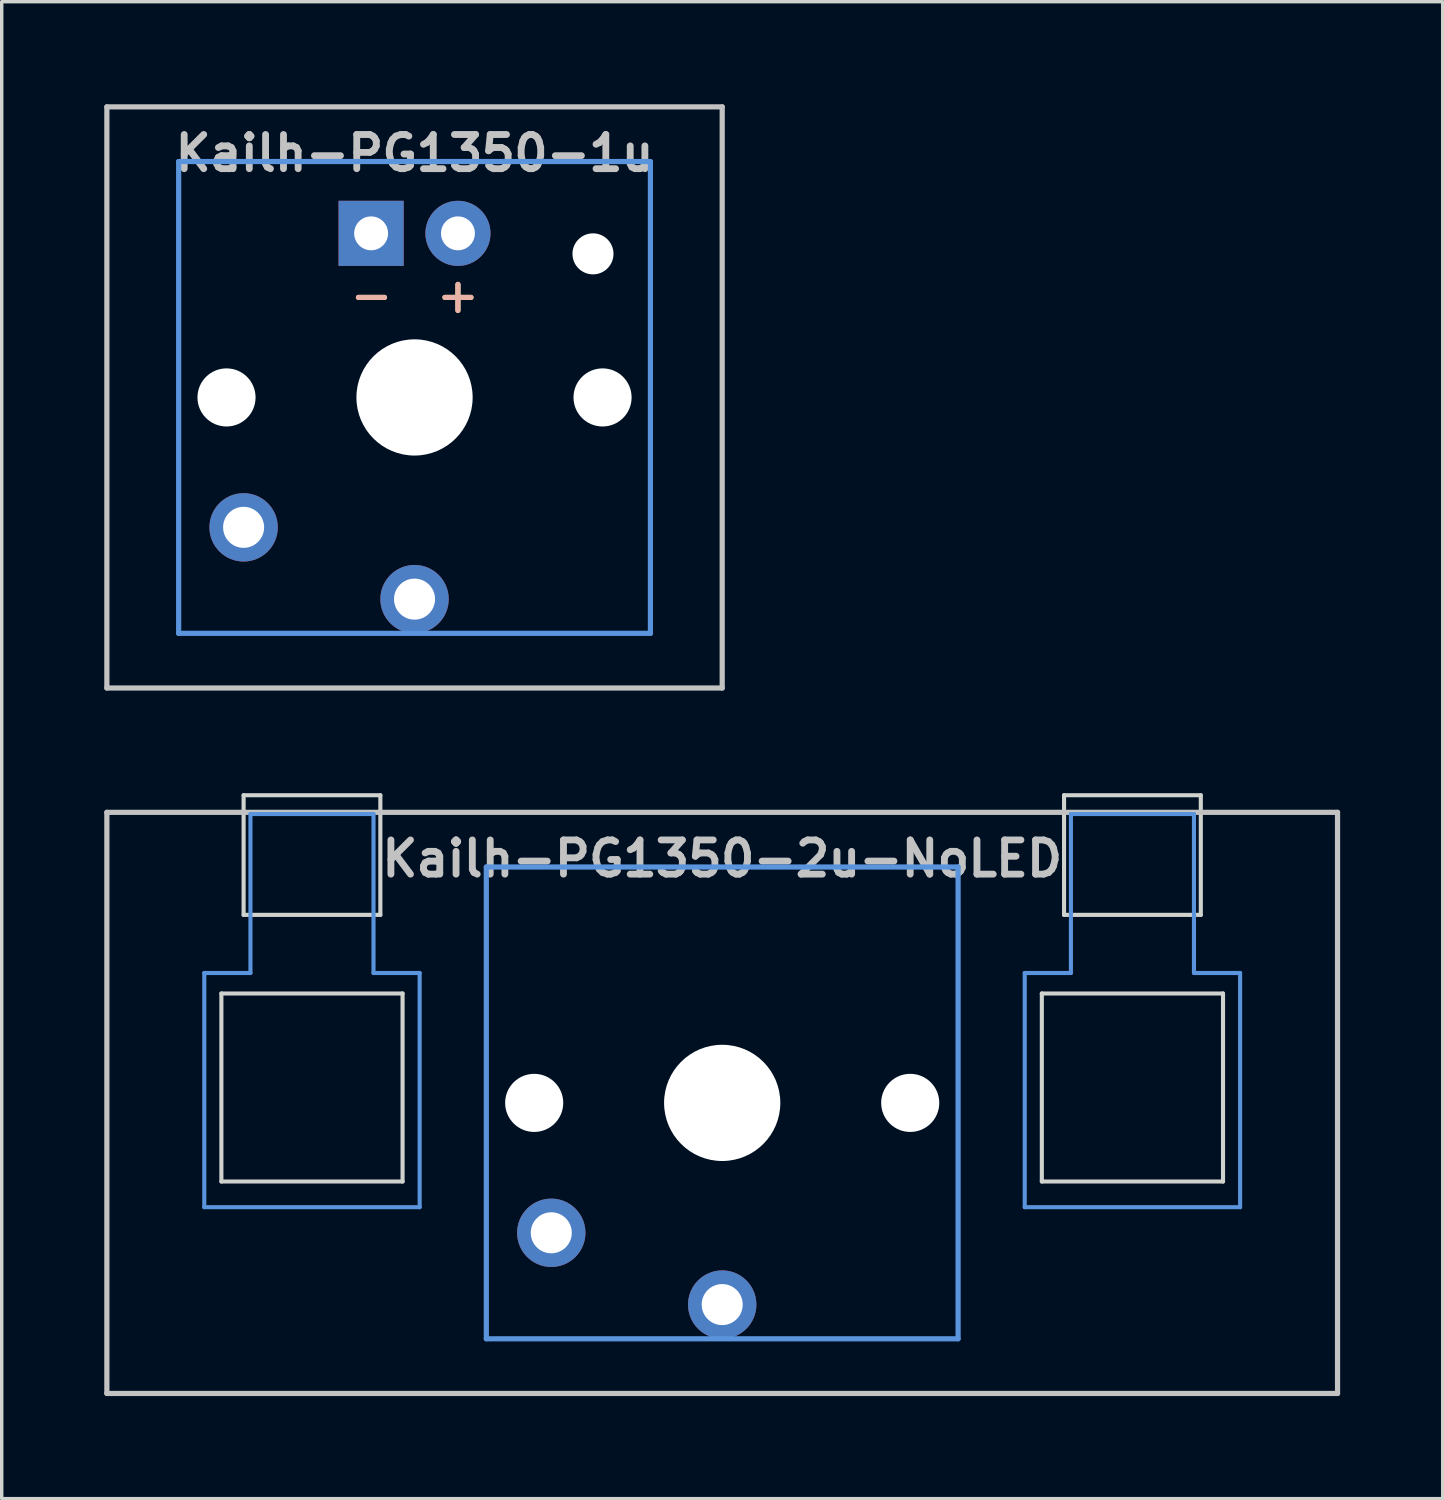
<source format=kicad_pcb>
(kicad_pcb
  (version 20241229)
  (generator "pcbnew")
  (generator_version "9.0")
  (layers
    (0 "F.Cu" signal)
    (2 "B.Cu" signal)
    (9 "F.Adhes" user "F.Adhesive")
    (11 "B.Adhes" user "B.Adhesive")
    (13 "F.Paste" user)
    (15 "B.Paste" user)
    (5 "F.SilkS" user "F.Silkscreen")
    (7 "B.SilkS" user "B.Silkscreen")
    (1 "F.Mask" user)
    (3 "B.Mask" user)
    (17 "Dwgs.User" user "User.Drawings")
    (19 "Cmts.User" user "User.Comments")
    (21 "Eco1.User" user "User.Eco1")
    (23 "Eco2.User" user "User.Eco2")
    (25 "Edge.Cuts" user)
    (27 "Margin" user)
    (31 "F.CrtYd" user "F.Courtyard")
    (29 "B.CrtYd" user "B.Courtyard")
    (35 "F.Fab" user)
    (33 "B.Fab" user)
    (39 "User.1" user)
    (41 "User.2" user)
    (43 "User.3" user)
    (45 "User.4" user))
  (footprint "Kailh-PG1350-1u"
    (layer "F.Cu")
    (at 9.076 8.576)
    (property "Reference" "Kailh-PG1350-1u" (at 0 -7.144 180) (layer "Dwgs.User") (effects (font (size 1 1) (thickness 0.2))))
    (attr through_hole)
    (fp_line (start -9 -8.5) (end 9 -8.5) (stroke (width 0.152) (type solid)) (layer "Dwgs.User"))
    (fp_line (start -9 8.5) (end -9 -8.5) (stroke (width 0.152) (type solid)) (layer "Dwgs.User"))
    (fp_line (start 9 -8.5) (end 9 8.5) (stroke (width 0.152) (type solid)) (layer "Dwgs.User"))
    (fp_line (start 9 8.5) (end -9 8.5) (stroke (width 0.152) (type solid)) (layer "Dwgs.User"))
    (fp_line (start -6.9 -6.9) (end 6.9 -6.9) (stroke (width 0.152) (type solid)) (layer "Cmts.User"))
    (fp_line (start -6.9 6.9) (end -6.9 -6.9) (stroke (width 0.152) (type solid)) (layer "Cmts.User"))
    (fp_line (start 6.9 -6.9) (end 6.9 6.9) (stroke (width 0.152) (type solid)) (layer "Cmts.User"))
    (fp_line (start 6.9 6.9) (end -6.9 6.9) (stroke (width 0.152) (type solid)) (layer "Cmts.User"))
    (fp_line (start -7.5 -7.5) (end 7.5 -7.5) (stroke (width 0.152) (type solid)) (layer "Eco2.User"))
    (fp_line (start -7.5 7.5) (end -7.5 -7.5) (stroke (width 0.152) (type solid)) (layer "Eco2.User"))
    (fp_line (start 7.5 -7.5) (end 7.5 7.5) (stroke (width 0.152) (type solid)) (layer "Eco2.User"))
    (fp_line (start 7.5 7.5) (end -7.5 7.5) (stroke (width 0.152) (type solid)) (layer "Eco2.User"))
    (fp_text user "-" (at -1.26 -3 180) (layer "F.SilkS") (effects (font (size 1 1) (thickness 0.15))))
    (fp_text user "+" (at 1.27 -3 180) (layer "F.SilkS") (effects (font (size 1 1) (thickness 0.15))))
    (fp_text user "-" (at -1.26 -3 180) (layer "B.SilkS") (effects (font (size 1 1) (thickness 0.15)) (justify mirror)))
    (fp_text user "+" (at 1.27 -3 180) (layer "B.SilkS") (effects (font (size 1 1) (thickness 0.15)) (justify mirror)))
    (pad "" np_thru_hole circle (at -5.5 0 180) (size 1.7 1.7) (drill 1.7) (layers "*.Cu" "*.Mask"))
    (pad "" np_thru_hole circle (at 0 0 180) (size 3.4 3.4) (drill 3.4) (layers "*.Cu" "*.Mask"))
    (pad "" np_thru_hole circle (at 5.22 -4.2 180) (size 1.2 1.2) (drill 1.2) (layers "*.Cu" "*.Mask"))
    (pad "" np_thru_hole circle (at 5.5 0 180) (size 1.7 1.7) (drill 1.7) (layers "*.Cu" "*.Mask"))
    (pad "1" thru_hole circle (at 0 5.9 180) (size 2 2) (drill 1.2) (layers "*.Cu" "*.Mask"))
    (pad "2" thru_hole circle (at -5 3.8 41.9) (size 2 2) (drill 1.2) (layers "*.Cu" "*.Mask"))
    (pad "3" thru_hole circle (at 1.27 -4.8 180) (size 1.905 1.905) (drill 0.991) (layers "*.Cu" "*.Mask"))
    (pad "4" thru_hole rect (at -1.27 -4.8 180) (size 1.905 1.905) (drill 0.991) (layers "*.Cu" "*.Mask")))
  (footprint "Kailh-PG1350-2u-NoLED"
    (layer "F.Cu")
    (at 18.076 29.212)
    (property "Reference" "Kailh-PG1350-2u-NoLED" (at 0 -7.144 180) (layer "Dwgs.User") (effects (font (size 1 1) (thickness 0.2))))
    (attr through_hole)
    (fp_line (start -18 -8.5) (end 18 -8.5) (stroke (width 0.152) (type solid)) (layer "Dwgs.User"))
    (fp_line (start -18 8.5) (end -18 -8.5) (stroke (width 0.152) (type solid)) (layer "Dwgs.User"))
    (fp_line (start 18 -8.5) (end 18 8.5) (stroke (width 0.152) (type solid)) (layer "Dwgs.User"))
    (fp_line (start 18 8.5) (end -18 8.5) (stroke (width 0.152) (type solid)) (layer "Dwgs.User"))
    (fp_line (start -15.15 -3.8) (end -13.8 -3.8) (stroke (width 0.12) (type solid)) (layer "Cmts.User"))
    (fp_line (start -15.15 3.05) (end -15.15 -3.8) (stroke (width 0.12) (type solid)) (layer "Cmts.User"))
    (fp_line (start -15.15 3.05) (end -8.85 3.05) (stroke (width 0.12) (type solid)) (layer "Cmts.User"))
    (fp_line (start -13.8 -8.45) (end -13.8 -3.8) (stroke (width 0.12) (type solid)) (layer "Cmts.User"))
    (fp_line (start -13.8 -8.45) (end -10.2 -8.45) (stroke (width 0.12) (type solid)) (layer "Cmts.User"))
    (fp_line (start -10.2 -8.45) (end -10.2 -3.8) (stroke (width 0.12) (type solid)) (layer "Cmts.User"))
    (fp_line (start -10.2 -3.8) (end -8.85 -3.8) (stroke (width 0.12) (type solid)) (layer "Cmts.User"))
    (fp_line (start -8.85 3.05) (end -8.85 -3.8) (stroke (width 0.12) (type solid)) (layer "Cmts.User"))
    (fp_line (start -6.9 -6.9) (end 6.9 -6.9) (stroke (width 0.152) (type solid)) (layer "Cmts.User"))
    (fp_line (start -6.9 6.9) (end -6.9 -6.9) (stroke (width 0.152) (type solid)) (layer "Cmts.User"))
    (fp_line (start 6.9 -6.9) (end 6.9 6.9) (stroke (width 0.152) (type solid)) (layer "Cmts.User"))
    (fp_line (start 6.9 6.9) (end -6.9 6.9) (stroke (width 0.152) (type solid)) (layer "Cmts.User"))
    (fp_line (start 8.85 -3.8) (end 10.2 -3.8) (stroke (width 0.12) (type solid)) (layer "Cmts.User"))
    (fp_line (start 8.85 3.05) (end 8.85 -3.8) (stroke (width 0.12) (type solid)) (layer "Cmts.User"))
    (fp_line (start 8.85 3.05) (end 15.15 3.05) (stroke (width 0.12) (type solid)) (layer "Cmts.User"))
    (fp_line (start 10.2 -8.45) (end 10.2 -3.8) (stroke (width 0.12) (type solid)) (layer "Cmts.User"))
    (fp_line (start 10.2 -8.45) (end 13.8 -8.45) (stroke (width 0.12) (type solid)) (layer "Cmts.User"))
    (fp_line (start 13.8 -8.45) (end 13.8 -3.8) (stroke (width 0.12) (type solid)) (layer "Cmts.User"))
    (fp_line (start 13.8 -3.8) (end 15.15 -3.8) (stroke (width 0.12) (type solid)) (layer "Cmts.User"))
    (fp_line (start 15.15 3.05) (end 15.15 -3.8) (stroke (width 0.12) (type solid)) (layer "Cmts.User"))
    (fp_line (start -7.5 -7.5) (end 7.5 -7.5) (stroke (width 0.152) (type solid)) (layer "Eco2.User"))
    (fp_line (start -7.5 7.5) (end -7.5 -7.5) (stroke (width 0.152) (type solid)) (layer "Eco2.User"))
    (fp_line (start 7.5 -7.5) (end 7.5 7.5) (stroke (width 0.152) (type solid)) (layer "Eco2.User"))
    (fp_line (start 7.5 7.5) (end -7.5 7.5) (stroke (width 0.152) (type solid)) (layer "Eco2.User"))
    (fp_line (start -14.65 -3.2) (end -14.65 2.3) (stroke (width 0.12) (type solid)) (layer "Edge.Cuts"))
    (fp_line (start -14.65 -3.2) (end -9.35 -3.2) (stroke (width 0.12) (type solid)) (layer "Edge.Cuts"))
    (fp_line (start -14.65 2.3) (end -9.35 2.3) (stroke (width 0.12) (type solid)) (layer "Edge.Cuts"))
    (fp_line (start -14 -9) (end -14 -5.5) (stroke (width 0.12) (type solid)) (layer "Edge.Cuts"))
    (fp_line (start -14 -9) (end -10 -9) (stroke (width 0.12) (type solid)) (layer "Edge.Cuts"))
    (fp_line (start -14 -5.5) (end -10 -5.5) (stroke (width 0.12) (type solid)) (layer "Edge.Cuts"))
    (fp_line (start -10 -5.5) (end -10 -9) (stroke (width 0.12) (type solid)) (layer "Edge.Cuts"))
    (fp_line (start -9.35 2.3) (end -9.35 -3.2) (stroke (width 0.12) (type solid)) (layer "Edge.Cuts"))
    (fp_line (start 9.35 -3.2) (end 9.35 2.3) (stroke (width 0.12) (type solid)) (layer "Edge.Cuts"))
    (fp_line (start 9.35 -3.2) (end 14.65 -3.2) (stroke (width 0.12) (type solid)) (layer "Edge.Cuts"))
    (fp_line (start 9.35 2.3) (end 14.65 2.3) (stroke (width 0.12) (type solid)) (layer "Edge.Cuts"))
    (fp_line (start 10 -9) (end 10 -5.5) (stroke (width 0.12) (type solid)) (layer "Edge.Cuts"))
    (fp_line (start 10 -9) (end 14 -9) (stroke (width 0.12) (type solid)) (layer "Edge.Cuts"))
    (fp_line (start 10 -5.5) (end 14 -5.5) (stroke (width 0.12) (type solid)) (layer "Edge.Cuts"))
    (fp_line (start 14 -5.5) (end 14 -9) (stroke (width 0.12) (type solid)) (layer "Edge.Cuts"))
    (fp_line (start 14.65 2.3) (end 14.65 -3.2) (stroke (width 0.12) (type solid)) (layer "Edge.Cuts"))
    (pad "" np_thru_hole circle (at -5.5 0 180) (size 1.7 1.7) (drill 1.7) (layers "*.Cu" "*.Mask"))
    (pad "" np_thru_hole circle (at 0 0 180) (size 3.4 3.4) (drill 3.4) (layers "*.Cu" "*.Mask"))
    (pad "" np_thru_hole circle (at 5.5 0 180) (size 1.7 1.7) (drill 1.7) (layers "*.Cu" "*.Mask"))
    (pad "1" thru_hole circle (at 0 5.9 180) (size 2 2) (drill 1.2) (layers "*.Cu" "*.Mask"))
    (pad "2" thru_hole circle (at -5 3.8 41.9) (size 2 2) (drill 1.2) (layers "*.Cu" "*.Mask")))
  (gr_rect
    (start -3 -3)
    (end 39.152 40.789)
    (stroke (width 0.1) (type default))
    (fill no)
    (layer "Edge.Cuts")))
</source>
